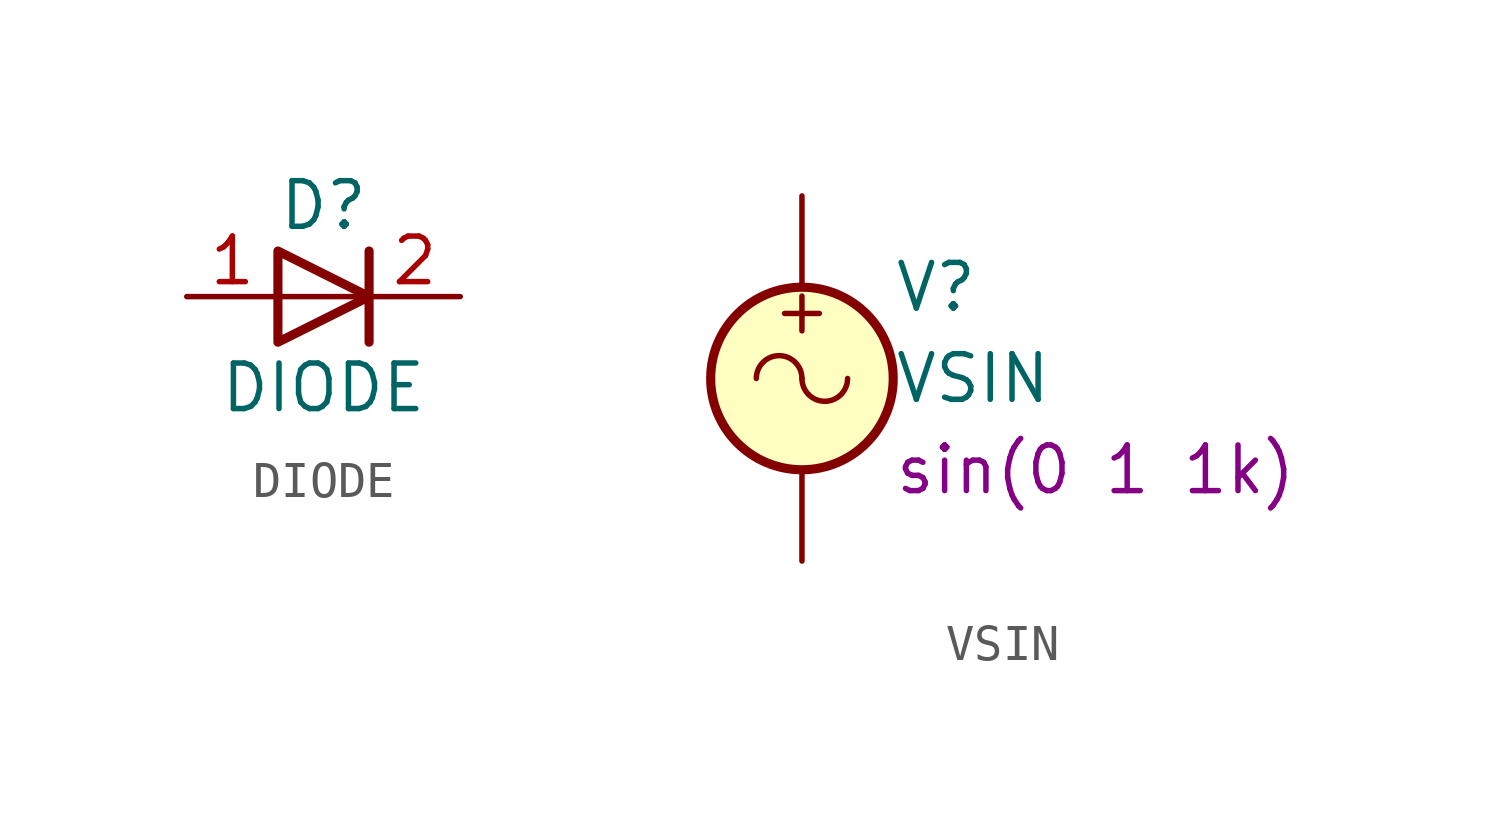
<source format=kicad_sym>
(kicad_symbol_lib
  (version 20231120)
  (generator "kicad_symbol_editor")
  (generator_version "8.0")
  (symbol "DIODE"
    (pin_names
      (offset 1.016) hide)
    (property "Reference" "D"
      (at 0 2.54 0)
      (effects (font (size 1.27 1.27))))
    (property "Value" "DIODE"
      (at 0 -2.54 0)
      (effects (font (size 1.27 1.27))))
    (symbol "DIODE_0_1"
      (polyline (pts (xy 1.27 0) (xy -1.27 0)) (stroke (width 0) (type default)) (fill (type none)))
      (polyline (pts (xy 1.27 1.27) (xy 1.27 -1.27)) (stroke (width 0.254) (type default)) (fill (type none)))
      (polyline (pts (xy -1.27 -1.27) (xy -1.27 1.27) (xy 1.27 0) (xy -1.27 -1.27)) (stroke (width 0.254) (type default)) (fill (type none))))
    (symbol "DIODE_1_1"
      (pin passive line (at -3.81 0 0) (length 2.54) (name "A" (effects (font (size 1.27 1.27)))) (number "1" (effects (font (size 1.27 1.27)))))
      (pin passive line (at 3.81 0 180) (length 2.54) (name "K" (effects (font (size 1.27 1.27)))) (number "2" (effects (font (size 1.27 1.27)))))))
  (symbol "VSIN"
    (pin_numbers hide)
    (pin_names
      (offset 0.025))
    (property "Reference" "V"
      (at 2.54 2.54 0)
      (effects (font (size 1.27 1.27)) (justify left)))
    (property "Value" "VSIN"
      (at 2.54 0 0)
      (effects (font (size 1.27 1.27)) (justify left)))
    (property "Spice_Model" "sin(0 1 1k)"
      (at 2.54 -2.54 0)
      (effects (font (size 1.27 1.27)) (justify left)))
    (symbol "VSIN_0_0"
      (arc (start 0 0) (mid -0.635 0.6323) (end -1.27 0) (stroke (width 0) (type default)) (fill (type none)))
      (arc (start 0 0) (mid 0.635 -0.6323) (end 1.27 0) (stroke (width 0) (type default)) (fill (type none)))
      (text "+" (at 0 1.905 0) (effects (font (size 1.27 1.27)))))
    (symbol "VSIN_0_1"
      (circle (center 0 0) (radius 2.54) (stroke (width 0.254) (type default)) (fill (type background))))
    (symbol "VSIN_1_1"
      (pin passive line (at 0 5.08 270) (length 2.54) (name "~" (effects (font (size 1.27 1.27)))) (number "1" (effects (font (size 1.27 1.27)))))
      (pin passive line (at 0 -5.08 90) (length 2.54) (name "~" (effects (font (size 1.27 1.27)))) (number "2" (effects (font (size 1.27 1.27))))))))
</source>
